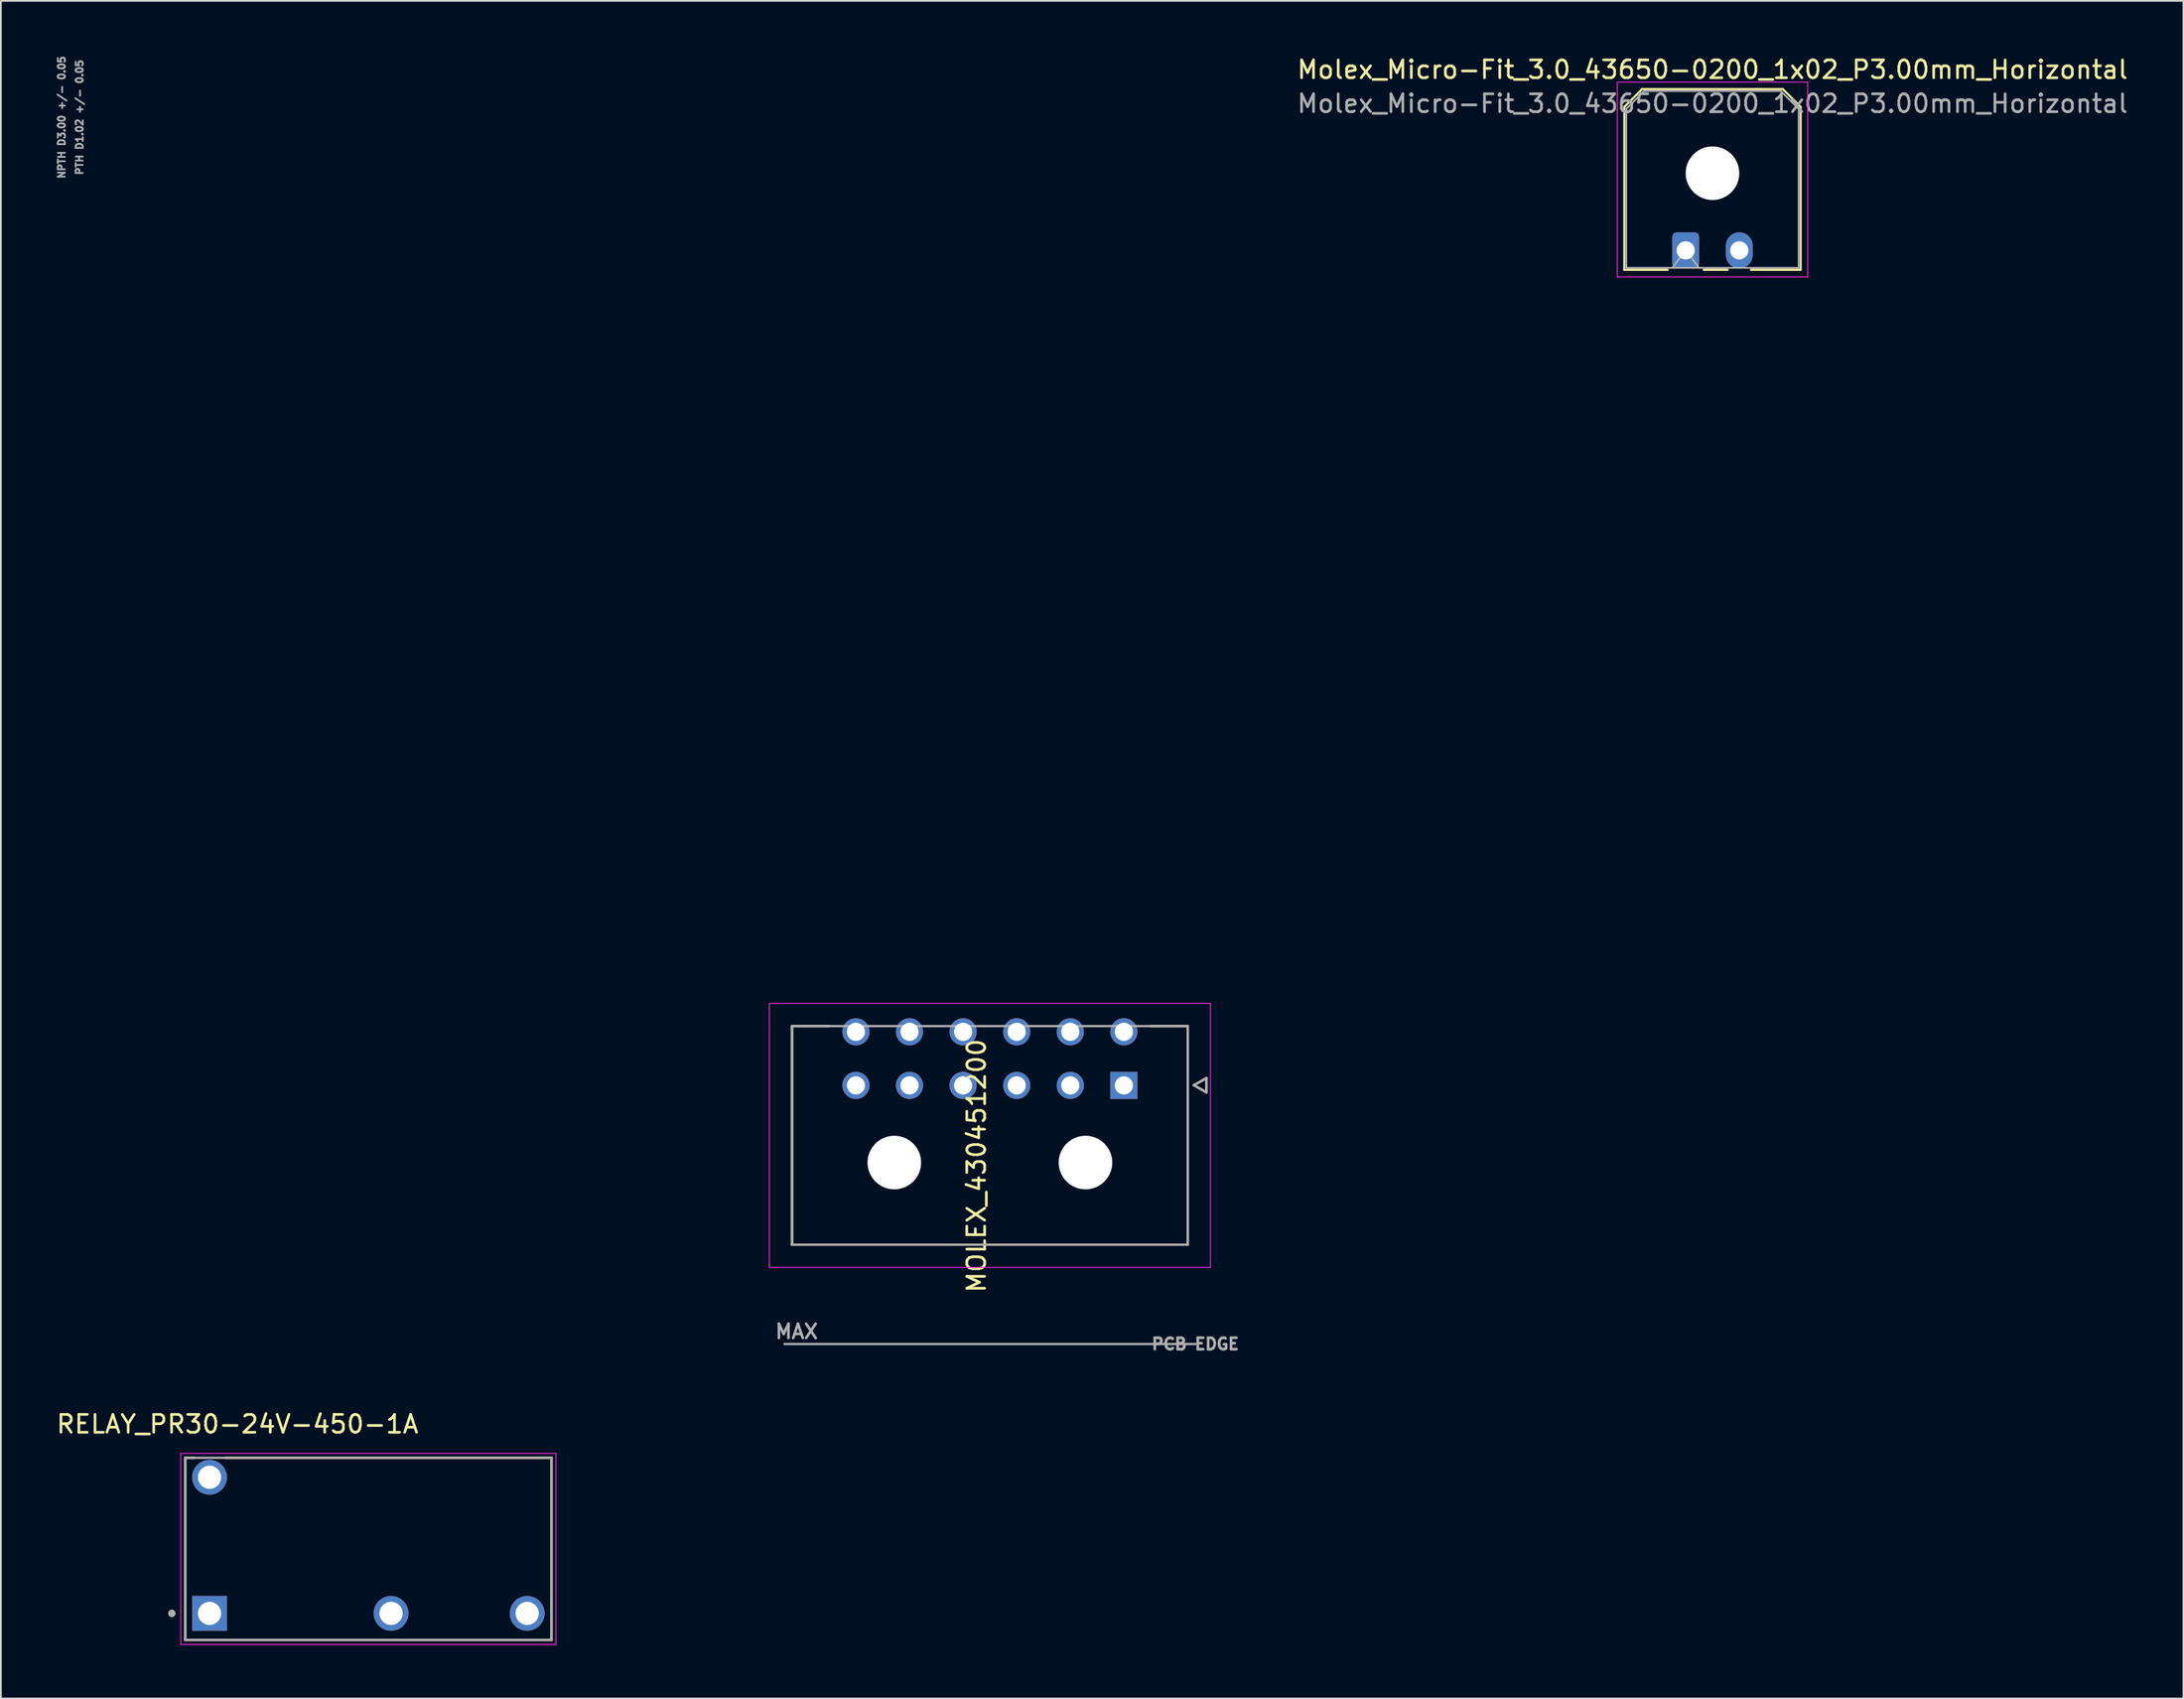
<source format=kicad_pcb>
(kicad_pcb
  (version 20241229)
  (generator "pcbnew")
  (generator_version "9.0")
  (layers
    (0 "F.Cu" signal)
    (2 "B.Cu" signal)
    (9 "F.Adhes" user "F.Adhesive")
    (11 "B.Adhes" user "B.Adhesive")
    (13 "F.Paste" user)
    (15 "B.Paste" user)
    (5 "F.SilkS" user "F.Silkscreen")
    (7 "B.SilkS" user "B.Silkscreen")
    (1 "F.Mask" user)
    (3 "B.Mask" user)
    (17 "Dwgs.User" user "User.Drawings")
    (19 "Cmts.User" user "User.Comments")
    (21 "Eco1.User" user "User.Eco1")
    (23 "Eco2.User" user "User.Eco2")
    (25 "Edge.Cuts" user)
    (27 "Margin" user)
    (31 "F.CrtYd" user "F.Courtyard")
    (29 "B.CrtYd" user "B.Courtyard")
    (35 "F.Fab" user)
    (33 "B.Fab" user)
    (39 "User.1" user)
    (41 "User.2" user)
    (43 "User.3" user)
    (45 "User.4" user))
  (footprint "MOLEX_430451200"
    (layer "F.Cu")
    (at 59.86 57.72)
    (property "Reference" "MOLEX_430451200" (at -8.25 4.5 270) (layer "F.SilkS") (effects (font (size 1 1) (thickness 0.15))))
    (attr through_hole)
    (fp_circle (center -15 -3) (end -14.582 -3) (stroke (width 0.836) (type solid)) (fill no) (layer "F.Mask"))
    (fp_circle (center -15 0) (end -14.582 0) (stroke (width 0.836) (type solid)) (fill no) (layer "F.Mask"))
    (fp_circle (center -12.85 4.32) (end -12.062 4.32) (stroke (width 1.576) (type solid)) (fill no) (layer "F.Mask"))
    (fp_circle (center -12 -3) (end -11.582 -3) (stroke (width 0.836) (type solid)) (fill no) (layer "F.Mask"))
    (fp_circle (center -12 0) (end -11.582 0) (stroke (width 0.836) (type solid)) (fill no) (layer "F.Mask"))
    (fp_circle (center -9 -3) (end -8.582 -3) (stroke (width 0.836) (type solid)) (fill no) (layer "F.Mask"))
    (fp_circle (center -9 0) (end -8.582 0) (stroke (width 0.836) (type solid)) (fill no) (layer "F.Mask"))
    (fp_circle (center -6 -3) (end -5.582 -3) (stroke (width 0.836) (type solid)) (fill no) (layer "F.Mask"))
    (fp_circle (center -6 0) (end -5.582 0) (stroke (width 0.836) (type solid)) (fill no) (layer "F.Mask"))
    (fp_circle (center -3 -3) (end -2.582 -3) (stroke (width 0.836) (type solid)) (fill no) (layer "F.Mask"))
    (fp_circle (center -3 0) (end -2.582 0) (stroke (width 0.836) (type solid)) (fill no) (layer "F.Mask"))
    (fp_circle (center -2.15 4.32) (end -1.362 4.32) (stroke (width 1.576) (type solid)) (fill no) (layer "F.Mask"))
    (fp_circle (center 0 -3) (end 0.418 -3) (stroke (width 0.836) (type solid)) (fill no) (layer "F.Mask"))
    (fp_poly (pts (xy -0.836 -0.836) (xy 0.836 -0.836) (xy 0.836 0.836) (xy -0.836 0.836)) (stroke (width 0.01) (type solid)) (fill yes) (layer "F.Mask"))
    (fp_circle (center -15 -3) (end -14.582 -3) (stroke (width 0.836) (type solid)) (fill no) (layer "B.Mask"))
    (fp_circle (center -15 0) (end -14.582 0) (stroke (width 0.836) (type solid)) (fill no) (layer "B.Mask"))
    (fp_circle (center -12.85 4.32) (end -12.062 4.32) (stroke (width 1.576) (type solid)) (fill no) (layer "B.Mask"))
    (fp_circle (center -12 -3) (end -11.582 -3) (stroke (width 0.836) (type solid)) (fill no) (layer "B.Mask"))
    (fp_circle (center -12 0) (end -11.582 0) (stroke (width 0.836) (type solid)) (fill no) (layer "B.Mask"))
    (fp_circle (center -9 -3) (end -8.582 -3) (stroke (width 0.836) (type solid)) (fill no) (layer "B.Mask"))
    (fp_circle (center -9 0) (end -8.582 0) (stroke (width 0.836) (type solid)) (fill no) (layer "B.Mask"))
    (fp_circle (center -6 -3) (end -5.582 -3) (stroke (width 0.836) (type solid)) (fill no) (layer "B.Mask"))
    (fp_circle (center -6 0) (end -5.582 0) (stroke (width 0.836) (type solid)) (fill no) (layer "B.Mask"))
    (fp_circle (center -3 -3) (end -2.582 -3) (stroke (width 0.836) (type solid)) (fill no) (layer "B.Mask"))
    (fp_circle (center -3 0) (end -2.582 0) (stroke (width 0.836) (type solid)) (fill no) (layer "B.Mask"))
    (fp_circle (center -2.15 4.32) (end -1.362 4.32) (stroke (width 1.576) (type solid)) (fill no) (layer "B.Mask"))
    (fp_circle (center 0 -3) (end 0.418 -3) (stroke (width 0.836) (type solid)) (fill no) (layer "B.Mask"))
    (fp_poly (pts (xy -0.836 -0.836) (xy 0.836 -0.836) (xy 0.836 0.836) (xy -0.836 0.836)) (stroke (width 0.01) (type solid)) (fill yes) (layer "B.Mask"))
    (fp_line (start -18.575 -3.32) (end -18.575 8.92) (stroke (width 0.127) (type solid)) (layer "F.SilkS"))
    (fp_line (start -18.575 8.92) (end 3.575 8.92) (stroke (width 0.127) (type solid)) (layer "F.SilkS"))
    (fp_line (start -16.5 -3.32) (end -18.575 -3.32) (stroke (width 0.127) (type solid)) (layer "F.SilkS"))
    (fp_line (start 3.575 -3.32) (end 1.5 -3.32) (stroke (width 0.127) (type solid)) (layer "F.SilkS"))
    (fp_line (start 3.575 8.92) (end 3.575 -3.32) (stroke (width 0.127) (type solid)) (layer "F.SilkS"))
    (fp_line (start 3.92 -0.01) (end 4.62 0.39) (stroke (width 0.127) (type solid)) (layer "F.SilkS"))
    (fp_line (start 4.62 -0.41) (end 3.92 -0.01) (stroke (width 0.127) (type solid)) (layer "F.SilkS"))
    (fp_line (start 4.62 0.39) (end 4.62 -0.41) (stroke (width 0.127) (type solid)) (layer "F.SilkS"))
    (fp_line (start -19.845 -4.59) (end 4.845 -4.59) (stroke (width 0.05) (type solid)) (layer "F.CrtYd"))
    (fp_line (start -19.845 10.19) (end -19.845 -4.59) (stroke (width 0.05) (type solid)) (layer "F.CrtYd"))
    (fp_line (start 4.845 -4.59) (end 4.845 10.19) (stroke (width 0.05) (type solid)) (layer "F.CrtYd"))
    (fp_line (start 4.845 10.19) (end -19.845 10.19) (stroke (width 0.05) (type solid)) (layer "F.CrtYd"))
    (fp_line (start -19 14.48) (end 4 14.48) (stroke (width 0.127) (type solid)) (layer "F.Fab"))
    (fp_line (start -18.575 -3.32) (end -18.575 8.92) (stroke (width 0.127) (type solid)) (layer "F.Fab"))
    (fp_line (start -18.575 8.92) (end 3.575 8.92) (stroke (width 0.127) (type solid)) (layer "F.Fab"))
    (fp_line (start 3.575 -3.32) (end -18.575 -3.32) (stroke (width 0.127) (type solid)) (layer "F.Fab"))
    (fp_line (start 3.575 8.92) (end 3.575 -3.32) (stroke (width 0.127) (type solid)) (layer "F.Fab"))
    (fp_line (start 3.92 -0.01) (end 4.62 0.39) (stroke (width 0.127) (type solid)) (layer "F.Fab"))
    (fp_line (start 4.62 -0.41) (end 3.92 -0.01) (stroke (width 0.127) (type solid)) (layer "F.Fab"))
    (fp_line (start 4.62 0.39) (end 4.62 -0.41) (stroke (width 0.127) (type solid)) (layer "F.Fab"))
    (fp_text user "PTH D1.02 +/- 0.05" (at -58.457 -54.2 270) (layer "F.Fab") (effects (font (size 0.394 0.394) (thickness 0.15))))
    (fp_text user "MAX" (at -18.32 13.78 0) (layer "F.Fab") (effects (font (size 0.8 0.8) (thickness 0.15))))
    (fp_text user "NPTH D3.00 +/- 0.05" (at -59.457 -54.2 270) (layer "F.Fab") (effects (font (size 0.394 0.394) (thickness 0.15))))
    (fp_text user "PCB EDGE" (at 4 14.48 0) (layer "F.Fab") (effects (font (size 0.64 0.64) (thickness 0.15))))
    (pad "" np_thru_hole circle (at -12.85 4.32) (size 3 3) (drill 3) (layers "*.Cu" "*.Mask"))
    (pad "" np_thru_hole circle (at -2.15 4.32) (size 3 3) (drill 3) (layers "*.Cu" "*.Mask"))
    (pad "1" thru_hole rect (at 0 0) (size 1.52 1.52) (drill 1.02) (layers "*.Cu"))
    (pad "2" thru_hole circle (at -3 0) (size 1.52 1.52) (drill 1.02) (layers "*.Cu"))
    (pad "3" thru_hole circle (at -6 0) (size 1.52 1.52) (drill 1.02) (layers "*.Cu"))
    (pad "4" thru_hole circle (at -9 0) (size 1.52 1.52) (drill 1.02) (layers "*.Cu"))
    (pad "5" thru_hole circle (at -12 0) (size 1.52 1.52) (drill 1.02) (layers "*.Cu"))
    (pad "6" thru_hole circle (at -15 0) (size 1.52 1.52) (drill 1.02) (layers "*.Cu"))
    (pad "7" thru_hole circle (at 0 -3) (size 1.52 1.52) (drill 1.02) (layers "*.Cu"))
    (pad "8" thru_hole circle (at -3 -3) (size 1.52 1.52) (drill 1.02) (layers "*.Cu"))
    (pad "9" thru_hole circle (at -6 -3) (size 1.52 1.52) (drill 1.02) (layers "*.Cu"))
    (pad "10" thru_hole circle (at -9 -3) (size 1.52 1.52) (drill 1.02) (layers "*.Cu"))
    (pad "11" thru_hole circle (at -12 -3) (size 1.52 1.52) (drill 1.02) (layers "*.Cu"))
    (pad "12" thru_hole circle (at -15 -3) (size 1.52 1.52) (drill 1.02) (layers "*.Cu")))
  (footprint "RELAY_PR30-24V-450-1A"
    (layer "F.Cu")
    (at 17.569 83.671)
    (property "Reference" "RELAY_PR30-24V-450-1A" (at -7.325 -6.985 180) (layer "F.SilkS") (effects (font (size 1 1) (thickness 0.15))))
    (attr through_hole)
    (fp_line (start -10.25 -5.1) (end -9.75 -5.1) (stroke (width 0.127) (type solid)) (layer "F.SilkS"))
    (fp_line (start -10.25 5.1) (end -10.25 -5.1) (stroke (width 0.127) (type solid)) (layer "F.SilkS"))
    (fp_line (start -8 -5.1) (end 10.25 -5.1) (stroke (width 0.127) (type solid)) (layer "F.SilkS"))
    (fp_line (start 10.25 -5.1) (end 10.25 5.1) (stroke (width 0.127) (type solid)) (layer "F.SilkS"))
    (fp_line (start 10.25 5.1) (end -10.25 5.1) (stroke (width 0.127) (type solid)) (layer "F.SilkS"))
    (fp_circle (center -11 3.61) (end -10.9 3.61) (stroke (width 0.2) (type solid)) (fill no) (layer "F.SilkS"))
    (fp_line (start -10.5 -5.35) (end -10.5 5.35) (stroke (width 0.05) (type solid)) (layer "F.CrtYd"))
    (fp_line (start -10.5 5.35) (end 10.5 5.35) (stroke (width 0.05) (type solid)) (layer "F.CrtYd"))
    (fp_line (start 10.5 -5.35) (end -10.5 -5.35) (stroke (width 0.05) (type solid)) (layer "F.CrtYd"))
    (fp_line (start 10.5 5.35) (end 10.5 -5.35) (stroke (width 0.05) (type solid)) (layer "F.CrtYd"))
    (fp_line (start -10.25 -5.1) (end 10.25 -5.1) (stroke (width 0.127) (type solid)) (layer "F.Fab"))
    (fp_line (start -10.25 5.1) (end -10.25 -5.1) (stroke (width 0.127) (type solid)) (layer "F.Fab"))
    (fp_line (start 10.25 -5.1) (end 10.25 5.1) (stroke (width 0.127) (type solid)) (layer "F.Fab"))
    (fp_line (start 10.25 5.1) (end -10.25 5.1) (stroke (width 0.127) (type solid)) (layer "F.Fab"))
    (fp_circle (center -11 3.61) (end -10.9 3.61) (stroke (width 0.2) (type solid)) (fill no) (layer "F.Fab"))
    (pad "1" thru_hole rect (at -8.89 3.61) (size 1.95 1.95) (drill 1.3) (layers "*.Cu" "*.Mask"))
    (pad "5" thru_hole circle (at 1.27 3.61) (size 1.95 1.95) (drill 1.3) (layers "*.Cu" "*.Mask"))
    (pad "8" thru_hole circle (at 8.89 3.61) (size 1.95 1.95) (drill 1.3) (layers "*.Cu" "*.Mask"))
    (pad "16" thru_hole circle (at -8.89 -4.01) (size 1.95 1.95) (drill 1.3) (layers "*.Cu" "*.Mask")))
  (footprint "Molex_Micro-Fit_3.0_43650-0200_1x02_P3.00mm_Horizontal"
    (layer "F.Cu")
    (at 91.307 10.968)
    (property "Reference" "Molex_Micro-Fit_3.0_43650-0200_1x02_P3.00mm_Horizontal" (at 1.5 -10.12 180) (layer "F.SilkS") (effects (font (size 1 1) (thickness 0.15))))
    (attr through_hole)
    (fp_line (start -3.435 -8.03) (end -2.435 -9.03) (stroke (width 0.12) (type solid)) (layer "F.SilkS"))
    (fp_line (start -3.435 1.09) (end -3.435 -8.03) (stroke (width 0.12) (type solid)) (layer "F.SilkS"))
    (fp_line (start -3.435 1.09) (end -1.01 1.09) (stroke (width 0.12) (type solid)) (layer "F.SilkS"))
    (fp_line (start -2.435 -9.03) (end 5.435 -9.03) (stroke (width 0.12) (type solid)) (layer "F.SilkS"))
    (fp_line (start 1.01 1.09) (end 2.348 1.09) (stroke (width 0.12) (type solid)) (layer "F.SilkS"))
    (fp_line (start 5.435 -9.03) (end 6.435 -8.03) (stroke (width 0.12) (type solid)) (layer "F.SilkS"))
    (fp_line (start 6.435 -8.03) (end 6.435 1.09) (stroke (width 0.12) (type solid)) (layer "F.SilkS"))
    (fp_line (start 6.435 1.09) (end 3.652 1.09) (stroke (width 0.12) (type solid)) (layer "F.SilkS"))
    (fp_line (start -3.83 -9.42) (end 6.83 -9.42) (stroke (width 0.05) (type solid)) (layer "F.CrtYd"))
    (fp_line (start -3.83 1.49) (end -3.83 -9.42) (stroke (width 0.05) (type solid)) (layer "F.CrtYd"))
    (fp_line (start 6.83 -9.42) (end 6.83 1.49) (stroke (width 0.05) (type solid)) (layer "F.CrtYd"))
    (fp_line (start 6.83 1.49) (end -3.83 1.49) (stroke (width 0.05) (type solid)) (layer "F.CrtYd"))
    (fp_line (start -3.325 -7.92) (end -2.325 -8.92) (stroke (width 0.1) (type solid)) (layer "F.Fab"))
    (fp_line (start -3.325 0.98) (end -3.325 -7.92) (stroke (width 0.1) (type solid)) (layer "F.Fab"))
    (fp_line (start -2.325 -8.92) (end 5.325 -8.92) (stroke (width 0.1) (type solid)) (layer "F.Fab"))
    (fp_line (start -0.75 0.98) (end 0 0) (stroke (width 0.1) (type solid)) (layer "F.Fab"))
    (fp_line (start 0 0) (end 0.75 0.98) (stroke (width 0.1) (type solid)) (layer "F.Fab"))
    (fp_line (start 5.325 -8.92) (end 6.325 -7.92) (stroke (width 0.1) (type solid)) (layer "F.Fab"))
    (fp_line (start 6.325 -7.92) (end 6.325 0.98) (stroke (width 0.1) (type solid)) (layer "F.Fab"))
    (fp_line (start 6.325 0.98) (end -3.325 0.98) (stroke (width 0.1) (type solid)) (layer "F.Fab"))
    (fp_text user "${REFERENCE}" (at 1.5 -8.22 180) (layer "F.Fab") (effects (font (size 1 1) (thickness 0.15))))
    (pad "" np_thru_hole circle (at 1.5 -4.32) (size 3 3) (drill 3) (layers "*.Cu" "*.Mask"))
    (pad "1" thru_hole roundrect (at 0 0) (size 1.5 2.02) (drill 1.02) (layers "*.Cu" "*.Mask") (roundrect_rratio 0.167))
    (pad "2" thru_hole oval (at 3 0) (size 1.5 2.02) (drill 1.02) (layers "*.Cu" "*.Mask")))
  (gr_rect
    (start -3 -3)
    (end 119.171 92.046)
    (stroke (width 0.1) (type default))
    (fill no)
    (layer "Edge.Cuts")))
</source>
